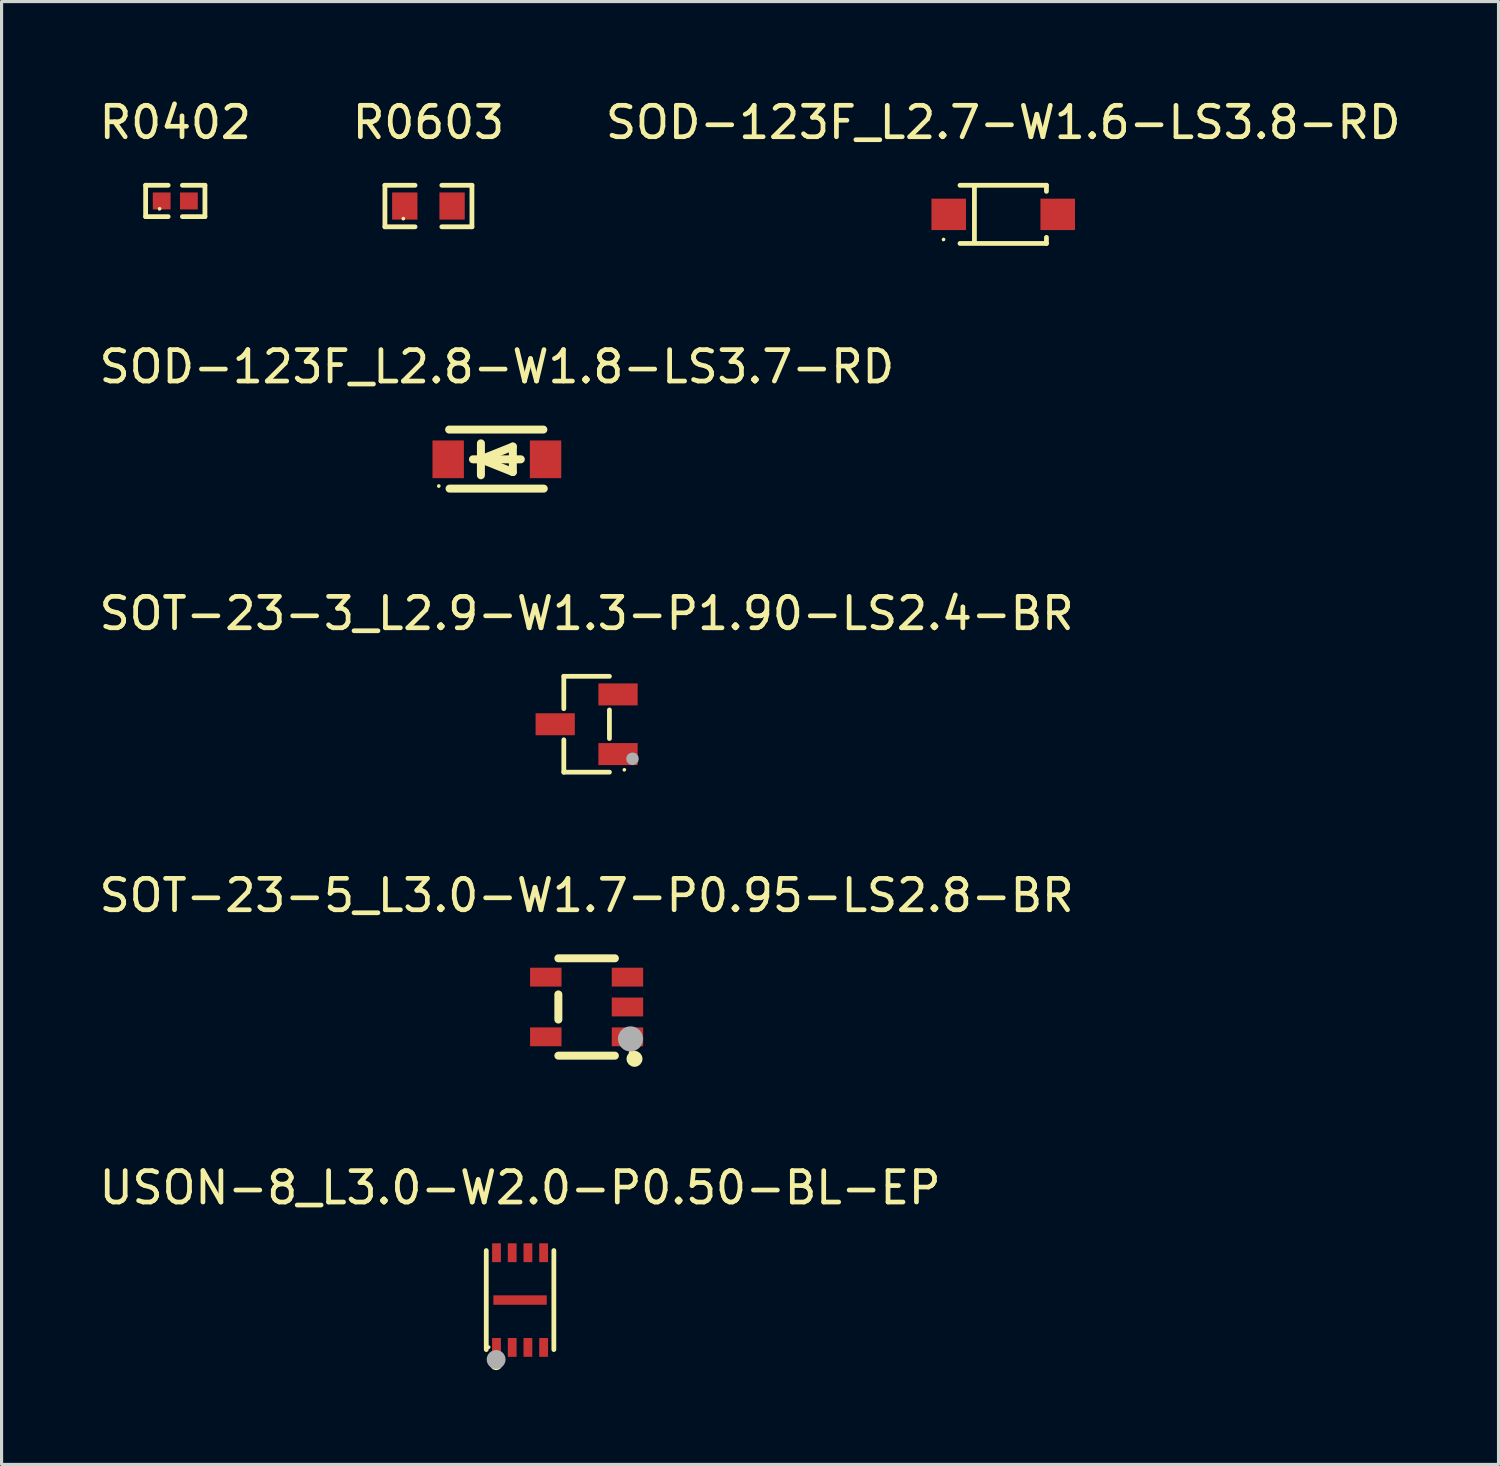
<source format=kicad_pcb>
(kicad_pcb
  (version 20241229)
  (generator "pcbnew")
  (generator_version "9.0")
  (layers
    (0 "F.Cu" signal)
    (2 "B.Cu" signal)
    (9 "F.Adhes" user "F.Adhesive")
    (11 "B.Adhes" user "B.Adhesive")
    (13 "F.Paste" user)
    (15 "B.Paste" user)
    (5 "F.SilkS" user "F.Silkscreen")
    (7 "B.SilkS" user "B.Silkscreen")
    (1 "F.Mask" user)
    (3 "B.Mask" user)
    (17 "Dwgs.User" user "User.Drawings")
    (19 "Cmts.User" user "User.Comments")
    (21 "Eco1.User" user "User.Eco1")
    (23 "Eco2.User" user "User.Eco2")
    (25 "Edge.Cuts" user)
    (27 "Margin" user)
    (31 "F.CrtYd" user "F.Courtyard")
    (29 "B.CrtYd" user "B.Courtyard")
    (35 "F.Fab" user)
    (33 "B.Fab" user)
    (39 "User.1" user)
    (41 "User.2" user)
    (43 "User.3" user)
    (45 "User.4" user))
  (footprint "USON-8_L3.0-W2.0-P0.50-BL-EP"
    (layer "F.Cu")
    (at 13.506 38.337)
    (property "Reference" "USON-8_L3.0-W2.0-P0.50-BL-EP" (at 0.000089 -3.576 0) (layer "F.SilkS") (effects (font (size 1 1) (thickness 0.15))))
    (attr smd)
    (fp_line (start -1.076 -1.576) (end -1.076 1.576) (stroke (width 0.152) (type solid)) (layer "F.SilkS"))
    (fp_line (start 1.076 1.576) (end 1.076 -1.576) (stroke (width 0.152) (type solid)) (layer "F.SilkS"))
    (fp_circle (center -1 1.5) (end -0.97 1.5) (stroke (width 0.06) (type solid)) (fill no) (layer "F.SilkS"))
    (fp_circle (center -0.762 2.032) (end -0.662 2.032) (stroke (width 0.2) (type solid)) (fill no) (layer "F.SilkS"))
    (fp_circle (center -0.762 1.892) (end -0.612 1.892) (stroke (width 0.3) (type solid)) (fill no) (layer "F.Fab"))
    (pad "1" smd rect (at -0.75 1.507 270) (size 0.6 0.28) (layers "F.Cu" "F.Mask" "F.Paste"))
    (pad "2" smd rect (at -0.25 1.507 270) (size 0.6 0.28) (layers "F.Cu" "F.Mask" "F.Paste"))
    (pad "3" smd rect (at 0.25 1.507 270) (size 0.6 0.28) (layers "F.Cu" "F.Mask" "F.Paste"))
    (pad "4" smd rect (at 0.75 1.507 270) (size 0.6 0.28) (layers "F.Cu" "F.Mask" "F.Paste"))
    (pad "5" smd rect (at 0.75 -1.507 270) (size 0.6 0.28) (layers "F.Cu" "F.Mask" "F.Paste"))
    (pad "6" smd rect (at 0.25 -1.507 270) (size 0.6 0.28) (layers "F.Cu" "F.Mask" "F.Paste"))
    (pad "7" smd rect (at -0.25 -1.507 270) (size 0.6 0.28) (layers "F.Cu" "F.Mask" "F.Paste"))
    (pad "8" smd rect (at -0.75 -1.507 270) (size 0.6 0.28) (layers "F.Cu" "F.Mask" "F.Paste"))
    (pad "9" smd rect (at 0 0 90) (size 0.3 1.7) (layers "F.Cu" "F.Mask" "F.Paste")))
  (footprint "SOT-23-5_L3.0-W1.7-P0.95-LS2.8-BR"
    (layer "F.Cu")
    (at 15.625 29.007)
    (property "Reference" "SOT-23-5_L3.0-W1.7-P0.95-LS2.8-BR" (at 0 -3.55 0) (layer "F.SilkS") (effects (font (size 1 1) (thickness 0.15))))
    (attr smd)
    (fp_line (start -0.9 -1.55) (end 0.9 -1.55) (stroke (width 0.254) (type solid)) (layer "F.SilkS"))
    (fp_line (start -0.9 0.4) (end -0.9 -0.4) (stroke (width 0.254) (type solid)) (layer "F.SilkS"))
    (fp_line (start -0.9 1.55) (end 0.9 1.55) (stroke (width 0.254) (type solid)) (layer "F.SilkS"))
    (fp_circle (center 1.4 1.45) (end 1.43 1.45) (stroke (width 0.06) (type solid)) (fill no) (layer "F.SilkS"))
    (fp_circle (center 1.524 1.651) (end 1.651 1.651) (stroke (width 0.254) (type solid)) (fill no) (layer "F.SilkS"))
    (fp_circle (center 1.397 1.016) (end 1.597 1.016) (stroke (width 0.4) (type solid)) (fill no) (layer "F.Fab"))
    (pad "1" smd rect (at 1.3 0.95) (size 1 0.6) (layers "F.Cu" "F.Mask" "F.Paste"))
    (pad "2" smd rect (at 1.3 0) (size 1 0.6) (layers "F.Cu" "F.Mask" "F.Paste"))
    (pad "3" smd rect (at 1.3 -0.95) (size 1 0.6) (layers "F.Cu" "F.Mask" "F.Paste"))
    (pad "4" smd rect (at -1.3 -0.95) (size 1 0.6) (layers "F.Cu" "F.Mask" "F.Paste"))
    (pad "5" smd rect (at -1.3 0.95) (size 1 0.6) (layers "F.Cu" "F.Mask" "F.Paste")))
  (footprint "SOT-23-3_L2.9-W1.3-P1.90-LS2.4-BR"
    (layer "F.Cu")
    (at 15.625 20.006)
    (property "Reference" "SOT-23-3_L2.9-W1.3-P1.90-LS2.4-BR" (at 0 -3.526 0) (layer "F.SilkS") (effects (font (size 1 1) (thickness 0.15))))
    (attr smd)
    (fp_line (start -0.726 -1.526) (end -0.726 -0.495) (stroke (width 0.152) (type solid)) (layer "F.SilkS"))
    (fp_line (start -0.726 1.526) (end -0.726 0.495) (stroke (width 0.152) (type solid)) (layer "F.SilkS"))
    (fp_line (start 0.726 -1.526) (end -0.726 -1.526) (stroke (width 0.152) (type solid)) (layer "F.SilkS"))
    (fp_line (start 0.726 -0.455) (end 0.726 0.455) (stroke (width 0.152) (type solid)) (layer "F.SilkS"))
    (fp_line (start 0.726 1.526) (end -0.726 1.526) (stroke (width 0.152) (type solid)) (layer "F.SilkS"))
    (fp_circle (center 1.2 1.45) (end 1.23 1.45) (stroke (width 0.06) (type solid)) (fill no) (layer "F.SilkS"))
    (fp_circle (center 1.46 1.1) (end 1.56 1.1) (stroke (width 0.2) (type solid)) (fill no) (layer "F.Fab"))
    (pad "1" smd rect (at 1 0.95) (size 1.25 0.7) (layers "F.Cu" "F.Mask" "F.Paste"))
    (pad "2" smd rect (at 1 -0.95) (size 1.25 0.7) (layers "F.Cu" "F.Mask" "F.Paste"))
    (pad "3" smd rect (at -1 0) (size 1.25 0.7) (layers "F.Cu" "F.Mask" "F.Paste")))
  (footprint "SOD-123F_L2.7-W1.6-LS3.8-RD"
    (layer "F.Cu")
    (at 28.887 3.774)
    (property "Reference" "SOD-123F_L2.7-W1.6-LS3.8-RD" (at 0 -2.926 0) (layer "F.SilkS") (effects (font (size 1 1) (thickness 0.15))))
    (attr smd)
    (fp_line (start -1.376 -0.926) (end 1.376 -0.926) (stroke (width 0.152) (type solid)) (layer "F.SilkS"))
    (fp_line (start -1.376 0.926) (end 1.376 0.926) (stroke (width 0.152) (type solid)) (layer "F.SilkS"))
    (fp_line (start -0.917 -0.876) (end -0.917 0.876) (stroke (width 0.152) (type solid)) (layer "F.SilkS"))
    (fp_line (start 1.376 -0.926) (end 1.376 -0.733) (stroke (width 0.152) (type solid)) (layer "F.SilkS"))
    (fp_line (start 1.376 0.926) (end 1.376 0.733) (stroke (width 0.152) (type solid)) (layer "F.SilkS"))
    (fp_circle (center -1.9 0.8) (end -1.87 0.8) (stroke (width 0.06) (type solid)) (fill no) (layer "F.SilkS"))
    (pad "1" smd rect (at -1.735 0) (size 1.1 1) (layers "F.Cu" "F.Mask" "F.Paste"))
    (pad "2" smd rect (at 1.735 0) (size 1.1 1) (layers "F.Cu" "F.Mask" "F.Paste")))
  (footprint "R0603"
    (layer "F.Cu")
    (at 10.589 3.509)
    (property "Reference" "R0603" (at 0 -2.661 0) (layer "F.SilkS") (effects (font (size 1 1) (thickness 0.15))))
    (attr smd)
    (fp_line (start -1.385 -0.661) (end -0.426 -0.661) (stroke (width 0.152) (type solid)) (layer "F.SilkS"))
    (fp_line (start -1.385 0.661) (end -1.385 -0.661) (stroke (width 0.152) (type solid)) (layer "F.SilkS"))
    (fp_line (start -0.426 0.661) (end -1.385 0.661) (stroke (width 0.152) (type solid)) (layer "F.SilkS"))
    (fp_line (start 0.426 0.661) (end 1.385 0.661) (stroke (width 0.152) (type solid)) (layer "F.SilkS"))
    (fp_line (start 1.385 -0.661) (end 0.426 -0.661) (stroke (width 0.152) (type solid)) (layer "F.SilkS"))
    (fp_line (start 1.385 0.661) (end 1.385 -0.661) (stroke (width 0.152) (type solid)) (layer "F.SilkS"))
    (fp_circle (center -0.8 0.4) (end -0.77 0.4) (stroke (width 0.06) (type solid)) (fill no) (layer "F.SilkS"))
    (pad "1" smd rect (at -0.753 0) (size 0.806 0.864) (layers "F.Cu" "F.Mask" "F.Paste"))
    (pad "2" smd rect (at 0.753 0) (size 0.806 0.864) (layers "F.Cu" "F.Mask" "F.Paste")))
  (footprint "SOD-123F_L2.8-W1.8-LS3.7-RD"
    (layer "F.Cu")
    (at 12.768 11.572)
    (property "Reference" "SOD-123F_L2.8-W1.8-LS3.7-RD" (at 0 -2.947 0) (layer "F.SilkS") (effects (font (size 1 1) (thickness 0.15))))
    (attr smd)
    (fp_line (start -1.52 -0.947) (end 1.48 -0.947) (stroke (width 0.254) (type solid)) (layer "F.SilkS"))
    (fp_line (start -1.507 0.933) (end 1.493 0.933) (stroke (width 0.254) (type solid)) (layer "F.SilkS"))
    (fp_line (start -0.762 0) (end 0.762 0) (stroke (width 0.254) (type solid)) (layer "F.SilkS"))
    (fp_line (start -0.508 -0.508) (end -0.508 0.508) (stroke (width 0.254) (type solid)) (layer "F.SilkS"))
    (fp_line (start -0.508 0) (end 0.508 -0.406) (stroke (width 0.254) (type solid)) (layer "F.SilkS"))
    (fp_line (start 0.508 -0.406) (end 0.508 0.406) (stroke (width 0.254) (type solid)) (layer "F.SilkS"))
    (fp_line (start 0.508 0.406) (end -0.508 0) (stroke (width 0.254) (type solid)) (layer "F.SilkS"))
    (fp_circle (center -1.85 0.85) (end -1.82 0.85) (stroke (width 0.06) (type solid)) (fill no) (layer "F.SilkS"))
    (pad "1" smd rect (at -1.55 0) (size 1 1.2) (layers "F.Cu" "F.Mask" "F.Paste"))
    (pad "2" smd rect (at 1.55 0) (size 1 1.2) (layers "F.Cu" "F.Mask" "F.Paste")))
  (footprint "R0402"
    (layer "F.Cu")
    (at 2.53 3.347)
    (property "Reference" "R0402" (at 0 -2.499 0) (layer "F.SilkS") (effects (font (size 1 1) (thickness 0.15))))
    (attr smd)
    (fp_line (start -0.944 -0.499) (end -0.226 -0.499) (stroke (width 0.152) (type solid)) (layer "F.SilkS"))
    (fp_line (start -0.944 0.499) (end -0.944 -0.499) (stroke (width 0.152) (type solid)) (layer "F.SilkS"))
    (fp_line (start -0.226 0.499) (end -0.944 0.499) (stroke (width 0.152) (type solid)) (layer "F.SilkS"))
    (fp_line (start 0.226 0.499) (end 0.944 0.499) (stroke (width 0.152) (type solid)) (layer "F.SilkS"))
    (fp_line (start 0.944 -0.499) (end 0.226 -0.499) (stroke (width 0.152) (type solid)) (layer "F.SilkS"))
    (fp_line (start 0.944 0.499) (end 0.944 -0.499) (stroke (width 0.152) (type solid)) (layer "F.SilkS"))
    (fp_circle (center -0.5 0.25) (end -0.47 0.25) (stroke (width 0.06) (type solid)) (fill no) (layer "F.SilkS"))
    (pad "1" smd rect (at -0.433 0) (size 0.566 0.54) (layers "F.Cu" "F.Mask" "F.Paste"))
    (pad "2" smd rect (at 0.433 0) (size 0.566 0.54) (layers "F.Cu" "F.Mask" "F.Paste")))
  (gr_rect
    (start -3 -3)
    (end 44.655 43.569)
    (stroke (width 0.1) (type default))
    (fill no)
    (layer "Edge.Cuts")))
</source>
